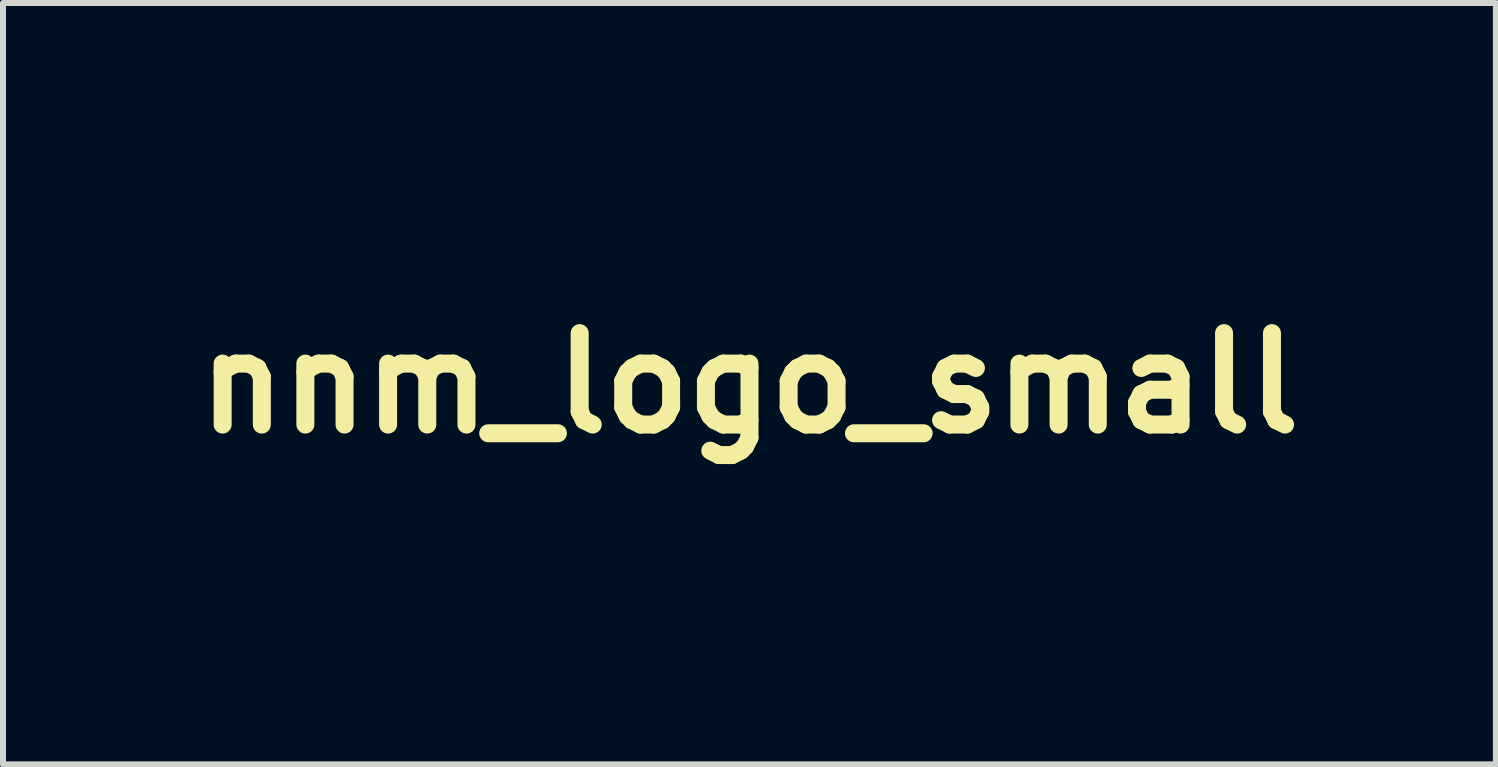
<source format=kicad_pcb>
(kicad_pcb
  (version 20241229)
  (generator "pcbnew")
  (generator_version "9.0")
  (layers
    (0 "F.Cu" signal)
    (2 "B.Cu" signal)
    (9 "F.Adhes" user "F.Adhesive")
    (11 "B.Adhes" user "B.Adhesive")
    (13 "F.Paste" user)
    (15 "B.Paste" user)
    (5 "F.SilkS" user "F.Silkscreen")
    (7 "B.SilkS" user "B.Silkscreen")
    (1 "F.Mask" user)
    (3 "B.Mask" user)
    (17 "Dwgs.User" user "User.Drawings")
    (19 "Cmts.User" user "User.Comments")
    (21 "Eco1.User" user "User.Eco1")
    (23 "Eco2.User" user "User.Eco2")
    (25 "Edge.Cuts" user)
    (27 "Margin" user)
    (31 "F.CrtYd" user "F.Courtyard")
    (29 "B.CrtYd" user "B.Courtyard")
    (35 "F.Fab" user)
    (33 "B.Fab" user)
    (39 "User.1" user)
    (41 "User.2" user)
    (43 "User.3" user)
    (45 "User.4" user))
  (footprint "nnm_logo_small"
    (layer "F.Cu")
    (at 9.442 3.337)
    (property "Reference" "nnm_logo_small" (at 0 0 0) (layer "F.SilkS") (effects (font (size 1.524 1.524) (thickness 0.3))))
    (attr through_hole)
    (fp_poly (pts (xy 0.19 -1.414) (xy 0.432 -1.049) (xy 0.448 -1.27) (xy 0.448 -1.517) (xy 0.404 -1.674) (xy 0.317 -1.743) (xy 0.308 -1.757) (xy 0.383 -1.768) (xy 0.457 -1.771) (xy 0.593 -1.767) (xy 0.63 -1.746) (xy 0.614 -1.731) (xy 0.577 -1.676) (xy 0.55 -1.555) (xy 0.531 -1.356) (xy 0.518 -1.122) (xy 0.495 -0.559) (xy 0.354 -0.559) (xy 0.283 -0.569) (xy 0.216 -0.61) (xy 0.138 -0.697) (xy 0.034 -0.845) (xy -0.078 -1.018) (xy -0.198 -1.203) (xy -0.298 -1.348) (xy -0.366 -1.437) (xy -0.39 -1.456) (xy -0.396 -1.399) (xy -0.392 -1.266) (xy -0.38 -1.085) (xy -0.376 -1.043) (xy -0.354 -0.839) (xy -0.327 -0.713) (xy -0.289 -0.644) (xy -0.234 -0.608) (xy -0.192 -0.582) (xy -0.234 -0.568) (xy -0.369 -0.562) (xy -0.372 -0.562) (xy -0.515 -0.563) (xy -0.573 -0.577) (xy -0.563 -0.611) (xy -0.537 -0.639) (xy -0.5 -0.723) (xy -0.473 -0.875) (xy -0.457 -1.069) (xy -0.452 -1.277) (xy -0.458 -1.475) (xy -0.475 -1.634) (xy -0.505 -1.73) (xy -0.521 -1.744) (xy -0.512 -1.759) (xy -0.422 -1.77) (xy -0.318 -1.774) (xy -0.052 -1.778) (xy 0.19 -1.414)) (stroke (width 0.01) (type solid)) (fill yes) (layer "F.Mask"))
    (fp_poly (pts (xy -0.885 0.363) (xy -0.635 0.725) (xy -0.619 0.452) (xy -0.616 0.282) (xy -0.639 0.177) (xy -0.696 0.105) (xy -0.714 0.089) (xy -0.778 0.033) (xy -0.775 0.008) (xy -0.692 0.000364) (xy -0.609 0) (xy -0.478 0.006) (xy -0.432 0.028) (xy -0.449 0.067) (xy -0.473 0.142) (xy -0.494 0.296) (xy -0.511 0.503) (xy -0.519 0.689) (xy -0.533 1.245) (xy -0.673 1.261) (xy -0.739 1.26) (xy -0.801 1.232) (xy -0.872 1.161) (xy -0.966 1.034) (xy -1.097 0.837) (xy -1.117 0.805) (xy -1.422 0.333) (xy -1.422 0.751) (xy -1.42 0.957) (xy -1.411 1.081) (xy -1.39 1.144) (xy -1.351 1.166) (xy -1.321 1.168) (xy -1.238 1.19) (xy -1.219 1.219) (xy -1.265 1.249) (xy -1.379 1.268) (xy -1.448 1.27) (xy -1.584 1.261) (xy -1.666 1.238) (xy -1.676 1.225) (xy -1.636 1.169) (xy -1.6 1.15) (xy -1.564 1.115) (xy -1.541 1.033) (xy -1.528 0.887) (xy -1.524 0.659) (xy -1.524 0.621) (xy -1.531 0.35) (xy -1.55 0.161) (xy -1.581 0.065) (xy -1.585 0.061) (xy -1.6 0.024) (xy -1.542 0.006) (xy -1.397 0.000006) (xy -1.39 0) (xy -1.134 0) (xy -0.885 0.363)) (stroke (width 0.01) (type solid)) (fill yes) (layer "F.Mask"))
    (fp_poly (pts (xy 1.572 0.005) (xy 1.645 0.021) (xy 1.643 0.053) (xy 1.636 0.061) (xy 1.61 0.133) (xy 1.591 0.274) (xy 1.579 0.458) (xy 1.574 0.662) (xy 1.576 0.86) (xy 1.586 1.026) (xy 1.605 1.137) (xy 1.626 1.168) (xy 1.675 1.207) (xy 1.676 1.219) (xy 1.63 1.246) (xy 1.506 1.264) (xy 1.346 1.27) (xy 1.15 1.265) (xy 1.047 1.248) (xy 1.026 1.214) (xy 1.08 1.159) (xy 1.095 1.148) (xy 1.135 1.095) (xy 1.157 0.996) (xy 1.162 0.832) (xy 1.158 0.685) (xy 1.143 0.279) (xy 1.076 0.508) (xy 1.02 0.699) (xy 0.957 0.917) (xy 0.932 1.003) (xy 0.874 1.17) (xy 0.816 1.253) (xy 0.763 1.27) (xy 0.711 1.249) (xy 0.657 1.174) (xy 0.594 1.033) (xy 0.513 0.81) (xy 0.501 0.775) (xy 0.419 0.548) (xy 0.359 0.421) (xy 0.321 0.392) (xy 0.305 0.462) (xy 0.31 0.632) (xy 0.329 0.848) (xy 0.359 1.042) (xy 0.396 1.144) (xy 0.436 1.168) (xy 0.501 1.197) (xy 0.508 1.219) (xy 0.463 1.251) (xy 0.35 1.269) (xy 0.305 1.27) (xy 0.178 1.26) (xy 0.107 1.235) (xy 0.102 1.225) (xy 0.142 1.169) (xy 0.178 1.15) (xy 0.214 1.116) (xy 0.237 1.034) (xy 0.25 0.889) (xy 0.254 0.663) (xy 0.254 0.614) (xy 0.251 0.375) (xy 0.242 0.219) (xy 0.222 0.124) (xy 0.188 0.072) (xy 0.165 0.055) (xy 0.137 0.025) (xy 0.186 0.008) (xy 0.323 0.002) (xy 0.362 0.002) (xy 0.649 0) (xy 0.764 0.292) (xy 0.83 0.453) (xy 0.886 0.574) (xy 0.914 0.624) (xy 0.943 0.6) (xy 0.987 0.499) (xy 1.036 0.342) (xy 1.039 0.332) (xy 1.129 0) (xy 1.413 0) (xy 1.572 0.005)) (stroke (width 0.01) (type solid)) (fill yes) (layer "F.Mask"))
    (fp_poly (pts (xy 0.465 -3.273) (xy 0.828 -3.125) (xy 1.092 -2.944) (xy 1.204 -2.885) (xy 1.366 -2.839) (xy 1.433 -2.827) (xy 1.809 -2.73) (xy 2.148 -2.547) (xy 2.436 -2.291) (xy 2.661 -1.976) (xy 2.808 -1.615) (xy 2.845 -1.449) (xy 2.909 -1.21) (xy 3.011 -1.011) (xy 3.024 -0.994) (xy 3.218 -0.658) (xy 3.327 -0.287) (xy 3.349 0.101) (xy 3.286 0.486) (xy 3.135 0.851) (xy 3.054 0.982) (xy 2.945 1.18) (xy 2.863 1.402) (xy 2.843 1.482) (xy 2.736 1.851) (xy 2.557 2.165) (xy 2.334 2.411) (xy 2.094 2.608) (xy 1.853 2.739) (xy 1.567 2.825) (xy 1.468 2.846) (xy 1.272 2.906) (xy 1.065 3.003) (xy 0.982 3.054) (xy 0.799 3.163) (xy 0.601 3.254) (xy 0.519 3.284) (xy 0.259 3.334) (xy -0.037 3.348) (xy -0.323 3.326) (xy -0.531 3.277) (xy -0.698 3.202) (xy -0.882 3.097) (xy -0.947 3.053) (xy -1.154 2.942) (xy -1.284 2.897) (xy -1.016 2.897) (xy -0.974 2.939) (xy -0.864 3.009) (xy -0.708 3.094) (xy -0.699 3.098) (xy -0.532 3.178) (xy -0.398 3.224) (xy -0.258 3.244) (xy -0.075 3.246) (xy 0.052 3.242) (xy 0.307 3.225) (xy 0.498 3.191) (xy 0.663 3.133) (xy 0.734 3.098) (xy 0.903 2.999) (xy 0.992 2.919) (xy 0.996 2.865) (xy 0.912 2.844) (xy 0.906 2.844) (xy 0.781 2.819) (xy 0.605 2.755) (xy 0.413 2.667) (xy 0.241 2.572) (xy 0.127 2.489) (xy 0.07 2.442) (xy 0.016 2.43) (xy -0.061 2.459) (xy -0.185 2.536) (xy -0.267 2.591) (xy -0.495 2.721) (xy -0.711 2.805) (xy -0.788 2.822) (xy -0.924 2.851) (xy -1.005 2.883) (xy -1.016 2.897) (xy -1.284 2.897) (xy -1.391 2.861) (xy -1.443 2.85) (xy -1.837 2.73) (xy -2.181 2.532) (xy -2.464 2.267) (xy -2.675 1.945) (xy -2.804 1.577) (xy -2.827 1.448) (xy -2.836 1.413) (xy -2.743 1.413) (xy -2.708 1.612) (xy -2.613 1.846) (xy -2.473 2.081) (xy -2.351 2.237) (xy -2.138 2.447) (xy -1.923 2.593) (xy -1.661 2.703) (xy -1.6 2.723) (xy -1.421 2.775) (xy -1.326 2.787) (xy -1.305 2.756) (xy -1.345 2.679) (xy -1.362 2.654) (xy -1.525 2.357) (xy -1.633 2.017) (xy -1.652 1.913) (xy -1.686 1.689) (xy -1.941 1.659) (xy -2.137 1.614) (xy -2.355 1.532) (xy -2.469 1.475) (xy -2.619 1.393) (xy -2.702 1.36) (xy -2.737 1.372) (xy -2.743 1.413) (xy -2.836 1.413) (xy -2.889 1.21) (xy -2.987 1.042) (xy -2.987 1.041) (xy -2.743 1.041) (xy -2.715 1.171) (xy -2.615 1.279) (xy -2.578 1.306) (xy -2.229 1.491) (xy -1.874 1.577) (xy -1.812 1.582) (xy -1.668 1.593) (xy -1.598 1.622) (xy -1.576 1.686) (xy -1.575 1.749) (xy -1.552 1.945) (xy -1.493 2.162) (xy -1.407 2.377) (xy -1.306 2.568) (xy -1.201 2.713) (xy -1.102 2.788) (xy -1.071 2.794) (xy -0.974 2.78) (xy -0.822 2.744) (xy -0.723 2.716) (xy -0.524 2.637) (xy -0.317 2.522) (xy -0.229 2.461) (xy 0.004 2.284) (xy 0.167 2.406) (xy 0.461 2.591) (xy 0.766 2.721) (xy 0.947 2.766) (xy 1.087 2.781) (xy 1.131 2.768) (xy 1.321 2.768) (xy 1.363 2.785) (xy 1.475 2.768) (xy 1.63 2.723) (xy 1.804 2.657) (xy 1.88 2.624) (xy 2.177 2.433) (xy 2.435 2.168) (xy 2.634 1.854) (xy 2.754 1.516) (xy 2.76 1.486) (xy 2.776 1.369) (xy 2.754 1.33) (xy 2.679 1.362) (xy 2.582 1.428) (xy 2.392 1.532) (xy 2.155 1.617) (xy 1.923 1.669) (xy 1.821 1.676) (xy 1.718 1.69) (xy 1.68 1.753) (xy 1.676 1.827) (xy 1.652 2.012) (xy 1.587 2.235) (xy 1.499 2.452) (xy 1.416 2.599) (xy 1.35 2.701) (xy 1.321 2.766) (xy 1.321 2.768) (xy 1.131 2.768) (xy 1.176 2.754) (xy 1.26 2.666) (xy 1.287 2.632) (xy 1.428 2.41) (xy 1.517 2.169) (xy 1.568 1.88) (xy 1.6 1.6) (xy 1.889 1.569) (xy 2.107 1.526) (xy 2.327 1.451) (xy 2.527 1.355) (xy 2.685 1.25) (xy 2.778 1.147) (xy 2.794 1.094) (xy 2.769 0.942) (xy 2.703 0.739) (xy 2.609 0.521) (xy 2.503 0.321) (xy 2.463 0.26) (xy 2.289 0.007) (xy 2.377 0.007) (xy 2.48 0.118) (xy 2.58 0.255) (xy 2.682 0.444) (xy 2.771 0.648) (xy 2.829 0.832) (xy 2.844 0.933) (xy 2.861 1.028) (xy 2.908 1.026) (xy 2.986 0.931) (xy 3.093 0.741) (xy 3.101 0.726) (xy 3.174 0.547) (xy 3.219 0.346) (xy 3.242 0.084) (xy 3.243 0.06) (xy 3.249 -0.159) (xy 3.24 -0.316) (xy 3.207 -0.451) (xy 3.143 -0.602) (xy 3.101 -0.689) (xy 2.995 -0.885) (xy 2.916 -0.992) (xy 2.865 -1.009) (xy 2.845 -0.933) (xy 2.845 -0.921) (xy 2.815 -0.75) (xy 2.738 -0.54) (xy 2.63 -0.329) (xy 2.533 -0.187) (xy 2.377 0.007) (xy 2.289 0.007) (xy 2.285 0.002) (xy 2.462 -0.23) (xy 2.582 -0.421) (xy 2.687 -0.649) (xy 2.763 -0.876) (xy 2.794 -1.062) (xy 2.794 -1.071) (xy 2.748 -1.165) (xy 2.625 -1.269) (xy 2.448 -1.373) (xy 2.239 -1.465) (xy 2.02 -1.535) (xy 1.814 -1.572) (xy 1.75 -1.575) (xy 1.651 -1.583) (xy 1.604 -1.627) (xy 1.586 -1.735) (xy 1.582 -1.784) (xy 1.516 -2.141) (xy 1.368 -2.48) (xy 1.313 -2.567) (xy 1.21 -2.687) (xy 1.372 -2.687) (xy 1.411 -2.588) (xy 1.482 -2.444) (xy 1.57 -2.248) (xy 1.636 -2.048) (xy 1.662 -1.923) (xy 1.687 -1.702) (xy 2.046 -1.614) (xy 2.256 -1.552) (xy 2.454 -1.474) (xy 2.587 -1.404) (xy 2.701 -1.333) (xy 2.774 -1.297) (xy 2.785 -1.296) (xy 2.782 -1.349) (xy 2.758 -1.466) (xy 2.741 -1.531) (xy 2.625 -1.856) (xy 2.456 -2.124) (xy 2.237 -2.351) (xy 2.025 -2.511) (xy 1.79 -2.64) (xy 1.565 -2.722) (xy 1.417 -2.743) (xy 1.375 -2.732) (xy 1.372 -2.687) (xy 1.21 -2.687) (xy 1.207 -2.69) (xy 1.095 -2.739) (xy 1.041 -2.743) (xy 0.822 -2.711) (xy 0.573 -2.624) (xy 0.337 -2.5) (xy 0.211 -2.407) (xy 0.025 -2.247) (xy -0.167 -2.399) (xy -0.365 -2.528) (xy -0.599 -2.639) (xy -0.829 -2.716) (xy -1.009 -2.743) (xy -1.143 -2.713) (xy -1.231 -2.654) (xy -1.364 -2.454) (xy -1.477 -2.198) (xy -1.549 -1.932) (xy -1.561 -1.848) (xy -1.58 -1.691) (xy -1.608 -1.609) (xy -1.662 -1.579) (xy -1.758 -1.575) (xy -1.94 -1.549) (xy -2.166 -1.483) (xy -2.393 -1.39) (xy -2.579 -1.288) (xy -2.618 -1.259) (xy -2.701 -1.183) (xy -2.735 -1.1) (xy -2.734 -0.973) (xy -2.727 -0.909) (xy -2.66 -0.62) (xy -2.522 -0.343) (xy -2.386 -0.152) (xy -2.247 0.025) (xy -2.407 0.211) (xy -2.546 0.415) (xy -2.659 0.66) (xy -2.729 0.903) (xy -2.743 1.041) (xy -2.987 1.041) (xy -3.168 0.77) (xy -3.276 0.467) (xy -3.319 0.11) (xy -3.321 0.041) (xy -3.244 0.041) (xy -3.191 0.42) (xy -3.051 0.774) (xy -3.006 0.851) (xy -2.928 0.966) (xy -2.875 1.027) (xy -2.863 1.028) (xy -2.844 0.962) (xy -2.805 0.832) (xy -2.769 0.714) (xy -2.69 0.51) (xy -2.587 0.305) (xy -2.536 0.223) (xy -2.389 0.009) (xy -2.56 -0.247) (xy -2.67 -0.438) (xy -2.763 -0.648) (xy -2.797 -0.756) (xy -2.841 -0.894) (xy -2.884 -0.975) (xy -2.906 -0.984) (xy -2.95 -0.928) (xy -3.021 -0.809) (xy -3.08 -0.698) (xy -3.207 -0.34) (xy -3.244 0.041) (xy -3.321 0.041) (xy -3.321 0.025) (xy -3.291 -0.357) (xy -3.188 -0.689) (xy -3.003 -1.004) (xy -2.97 -1.048) (xy -2.889 -1.186) (xy -2.846 -1.318) (xy -2.845 -1.331) (xy -2.743 -1.331) (xy -2.737 -1.281) (xy -2.698 -1.299) (xy -2.66 -1.332) (xy -2.554 -1.405) (xy -2.401 -1.487) (xy -2.335 -1.517) (xy -2.145 -1.587) (xy -1.948 -1.64) (xy -1.896 -1.65) (xy -1.761 -1.679) (xy -1.693 -1.73) (xy -1.66 -1.837) (xy -1.65 -1.896) (xy -1.596 -2.116) (xy -1.51 -2.348) (xy -1.408 -2.55) (xy -1.332 -2.66) (xy -1.284 -2.719) (xy -1.294 -2.742) (xy -1.377 -2.737) (xy -1.47 -2.723) (xy -1.814 -2.621) (xy -2.127 -2.434) (xy -2.391 -2.18) (xy -2.592 -1.874) (xy -2.712 -1.533) (xy -2.724 -1.465) (xy -2.743 -1.331) (xy -2.845 -1.331) (xy -2.845 -1.341) (xy -2.827 -1.458) (xy -2.782 -1.626) (xy -2.736 -1.761) (xy -2.557 -2.099) (xy -2.302 -2.392) (xy -1.988 -2.623) (xy -1.635 -2.778) (xy -1.423 -2.826) (xy -1.241 -2.875) (xy -1.178 -2.904) (xy -0.985 -2.904) (xy -0.955 -2.869) (xy -0.851 -2.821) (xy -0.721 -2.779) (xy -0.517 -2.705) (xy -0.318 -2.605) (xy -0.228 -2.547) (xy -0.111 -2.459) (xy -0.034 -2.402) (xy -0.019 -2.391) (xy 0.024 -2.413) (xy 0.131 -2.475) (xy 0.28 -2.564) (xy 0.286 -2.568) (xy 0.479 -2.672) (xy 0.677 -2.76) (xy 0.809 -2.804) (xy 1.033 -2.861) (xy 0.885 -2.981) (xy 0.628 -3.129) (xy 0.315 -3.216) (xy -0.025 -3.24) (xy -0.365 -3.198) (xy -0.679 -3.089) (xy -0.696 -3.081) (xy -0.843 -3.002) (xy -0.949 -2.935) (xy -0.985 -2.904) (xy -1.178 -2.904) (xy -1.073 -2.954) (xy -1.039 -2.978) (xy -0.688 -3.185) (xy -0.31 -3.303) (xy 0.08 -3.332) (xy 0.465 -3.273)) (stroke (width 0.01) (type solid)) (fill yes) (layer "F.Mask")))
  (gr_rect
    (start -3 -3)
    (end 21.883 9.69)
    (stroke (width 0.1) (type default))
    (fill no)
    (layer "Edge.Cuts")))
</source>
